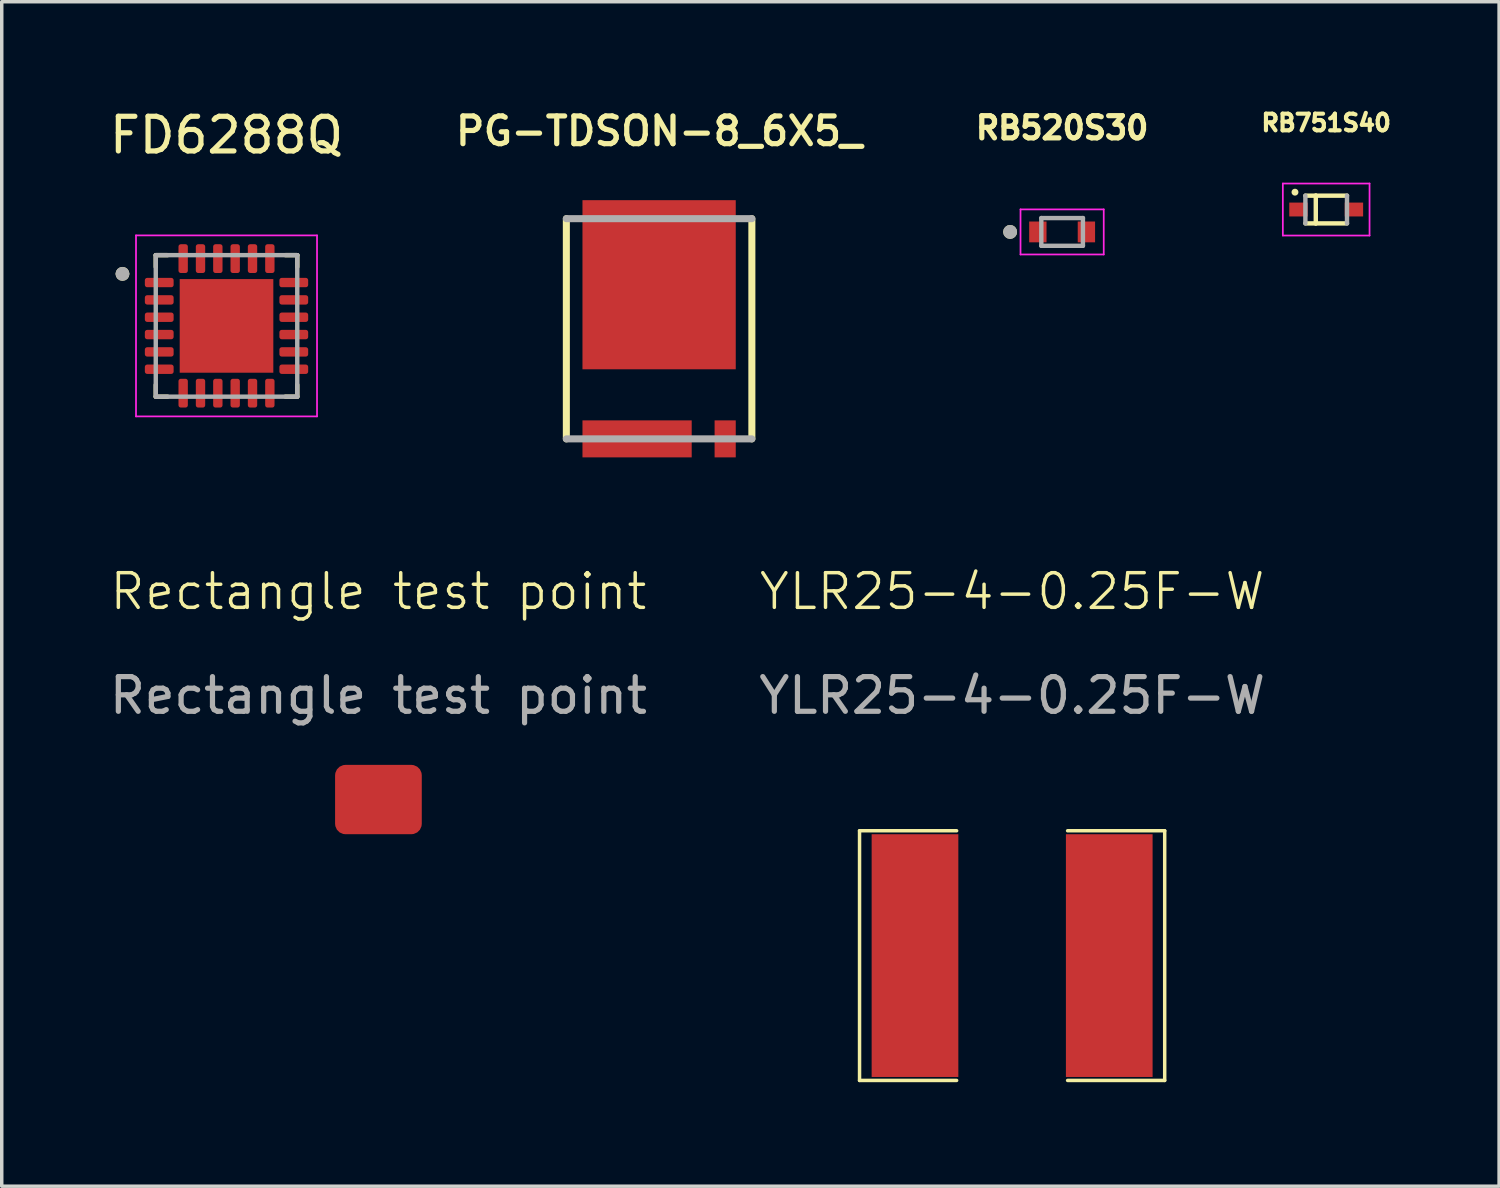
<source format=kicad_pcb>
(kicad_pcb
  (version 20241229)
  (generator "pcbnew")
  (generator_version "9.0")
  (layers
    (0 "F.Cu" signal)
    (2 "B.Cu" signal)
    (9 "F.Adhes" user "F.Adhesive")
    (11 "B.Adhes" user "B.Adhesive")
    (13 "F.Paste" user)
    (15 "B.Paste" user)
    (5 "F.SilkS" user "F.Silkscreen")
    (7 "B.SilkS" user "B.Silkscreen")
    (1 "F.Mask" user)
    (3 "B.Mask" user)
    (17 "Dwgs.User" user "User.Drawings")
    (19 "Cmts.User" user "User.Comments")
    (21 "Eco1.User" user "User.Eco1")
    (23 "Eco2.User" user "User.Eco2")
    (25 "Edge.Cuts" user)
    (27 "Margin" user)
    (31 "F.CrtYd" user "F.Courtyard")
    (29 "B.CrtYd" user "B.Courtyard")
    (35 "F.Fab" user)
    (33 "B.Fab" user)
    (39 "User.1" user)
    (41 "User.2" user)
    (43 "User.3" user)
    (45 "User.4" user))
  (footprint "Rectangle test point"
    (layer "F.Cu")
    (at 7.863 20.007)
    (property "Reference" "Rectangle test point" (at 0 -6 0) (unlocked yes) (layer "F.SilkS") (effects (font (size 1 1) (thickness 0.1))))
    (attr smd)
    (fp_text user "${REFERENCE}" (at 0 -3 0) (unlocked yes) (layer "F.Fab") (effects (font (size 1 1) (thickness 0.15))))
    (pad "1" smd roundrect (at 0 0) (size 2.5 2) (layers "F.Cu" "F.Mask") (roundrect_rratio 0.15)))
  (footprint "FD6288Q"
    (layer "F.Cu")
    (at 3.482 6.348)
    (property "Reference" "FD6288Q" (at 0 -5.5 0) (layer "F.SilkS") (effects (font (size 1 1) (thickness 0.15))))
    (attr smd)
    (fp_line (start -2.04 -2.04) (end -1.7 -2.04) (stroke (width 0.127) (type solid)) (layer "F.SilkS"))
    (fp_line (start -2.04 -1.7) (end -2.04 -2.04) (stroke (width 0.127) (type solid)) (layer "F.SilkS"))
    (fp_line (start -2.04 2.04) (end -2.04 1.7) (stroke (width 0.127) (type solid)) (layer "F.SilkS"))
    (fp_line (start -1.7 2.04) (end -2.04 2.04) (stroke (width 0.127) (type solid)) (layer "F.SilkS"))
    (fp_line (start 1.7 -2.04) (end 2.04 -2.04) (stroke (width 0.127) (type solid)) (layer "F.SilkS"))
    (fp_line (start 2.04 -2.04) (end 2.04 -1.7) (stroke (width 0.127) (type solid)) (layer "F.SilkS"))
    (fp_line (start 2.04 1.7) (end 2.04 2.04) (stroke (width 0.127) (type solid)) (layer "F.SilkS"))
    (fp_line (start 2.04 2.04) (end 1.7 2.04) (stroke (width 0.127) (type solid)) (layer "F.SilkS"))
    (fp_circle (center -3 -1.5) (end -2.9 -1.5) (stroke (width 0.2) (type solid)) (fill no) (layer "F.SilkS"))
    (fp_poly (pts (xy -1.09 -1.09) (xy -0.13 -1.09) (xy -0.13 -0.13) (xy -1.09 -0.13)) (stroke (width 0.01) (type solid)) (fill yes) (layer "F.Paste"))
    (fp_poly (pts (xy -1.09 0.13) (xy -0.13 0.13) (xy -0.13 1.09) (xy -1.09 1.09)) (stroke (width 0.01) (type solid)) (fill yes) (layer "F.Paste"))
    (fp_poly (pts (xy 0.13 -1.09) (xy 1.09 -1.09) (xy 1.09 -0.13) (xy 0.13 -0.13)) (stroke (width 0.01) (type solid)) (fill yes) (layer "F.Paste"))
    (fp_poly (pts (xy 0.13 0.13) (xy 1.09 0.13) (xy 1.09 1.09) (xy 0.13 1.09)) (stroke (width 0.01) (type solid)) (fill yes) (layer "F.Paste"))
    (fp_line (start -2.61 -2.61) (end 2.61 -2.61) (stroke (width 0.05) (type solid)) (layer "F.CrtYd"))
    (fp_line (start -2.61 2.61) (end -2.61 -2.61) (stroke (width 0.05) (type solid)) (layer "F.CrtYd"))
    (fp_line (start 2.61 -2.61) (end 2.61 2.61) (stroke (width 0.05) (type solid)) (layer "F.CrtYd"))
    (fp_line (start 2.61 2.61) (end -2.61 2.61) (stroke (width 0.05) (type solid)) (layer "F.CrtYd"))
    (fp_line (start -2.04 -2.04) (end 2.04 -2.04) (stroke (width 0.127) (type solid)) (layer "F.Fab"))
    (fp_line (start -2.04 2.04) (end -2.04 -2.04) (stroke (width 0.127) (type solid)) (layer "F.Fab"))
    (fp_line (start 2.04 -2.04) (end 2.04 2.04) (stroke (width 0.127) (type solid)) (layer "F.Fab"))
    (fp_line (start 2.04 2.04) (end -2.04 2.04) (stroke (width 0.127) (type solid)) (layer "F.Fab"))
    (fp_circle (center -3 -1.5) (end -2.9 -1.5) (stroke (width 0.2) (type solid)) (fill no) (layer "F.Fab"))
    (pad "1" smd roundrect (at -1.94 -1.25) (size 0.83 0.27) (layers "F.Cu" "F.Mask" "F.Paste") (roundrect_rratio 0.25))
    (pad "2" smd roundrect (at -1.94 -0.75) (size 0.83 0.27) (layers "F.Cu" "F.Mask" "F.Paste") (roundrect_rratio 0.25))
    (pad "3" smd roundrect (at -1.94 -0.25) (size 0.83 0.27) (layers "F.Cu" "F.Mask" "F.Paste") (roundrect_rratio 0.25))
    (pad "4" smd roundrect (at -1.94 0.25) (size 0.83 0.27) (layers "F.Cu" "F.Mask" "F.Paste") (roundrect_rratio 0.25))
    (pad "5" smd roundrect (at -1.94 0.75) (size 0.83 0.27) (layers "F.Cu" "F.Mask" "F.Paste") (roundrect_rratio 0.25))
    (pad "6" smd roundrect (at -1.94 1.25) (size 0.83 0.27) (layers "F.Cu" "F.Mask" "F.Paste") (roundrect_rratio 0.25))
    (pad "7" smd roundrect (at -1.25 1.94) (size 0.27 0.83) (layers "F.Cu" "F.Mask" "F.Paste") (roundrect_rratio 0.25))
    (pad "8" smd roundrect (at -0.75 1.94) (size 0.27 0.83) (layers "F.Cu" "F.Mask" "F.Paste") (roundrect_rratio 0.25))
    (pad "9" smd roundrect (at -0.25 1.94) (size 0.27 0.83) (layers "F.Cu" "F.Mask" "F.Paste") (roundrect_rratio 0.25))
    (pad "10" smd roundrect (at 0.25 1.94) (size 0.27 0.83) (layers "F.Cu" "F.Mask" "F.Paste") (roundrect_rratio 0.25))
    (pad "11" smd roundrect (at 0.75 1.94) (size 0.27 0.83) (layers "F.Cu" "F.Mask" "F.Paste") (roundrect_rratio 0.25))
    (pad "12" smd roundrect (at 1.25 1.94) (size 0.27 0.83) (layers "F.Cu" "F.Mask" "F.Paste") (roundrect_rratio 0.25))
    (pad "13" smd roundrect (at 1.94 1.25) (size 0.83 0.27) (layers "F.Cu" "F.Mask" "F.Paste") (roundrect_rratio 0.25))
    (pad "14" smd roundrect (at 1.94 0.75) (size 0.83 0.27) (layers "F.Cu" "F.Mask" "F.Paste") (roundrect_rratio 0.25))
    (pad "15" smd roundrect (at 1.94 0.25) (size 0.83 0.27) (layers "F.Cu" "F.Mask" "F.Paste") (roundrect_rratio 0.25))
    (pad "16" smd roundrect (at 1.94 -0.25) (size 0.83 0.27) (layers "F.Cu" "F.Mask" "F.Paste") (roundrect_rratio 0.25))
    (pad "17" smd roundrect (at 1.94 -0.75) (size 0.83 0.27) (layers "F.Cu" "F.Mask" "F.Paste") (roundrect_rratio 0.25))
    (pad "18" smd roundrect (at 1.94 -1.25) (size 0.83 0.27) (layers "F.Cu" "F.Mask" "F.Paste") (roundrect_rratio 0.25))
    (pad "19" smd roundrect (at 1.25 -1.94) (size 0.27 0.83) (layers "F.Cu" "F.Mask" "F.Paste") (roundrect_rratio 0.25))
    (pad "20" smd roundrect (at 0.75 -1.94) (size 0.27 0.83) (layers "F.Cu" "F.Mask" "F.Paste") (roundrect_rratio 0.25))
    (pad "21" smd roundrect (at 0.25 -1.94) (size 0.27 0.83) (layers "F.Cu" "F.Mask" "F.Paste") (roundrect_rratio 0.25))
    (pad "22" smd roundrect (at -0.25 -1.94) (size 0.27 0.83) (layers "F.Cu" "F.Mask" "F.Paste") (roundrect_rratio 0.25))
    (pad "23" smd roundrect (at -0.75 -1.94) (size 0.27 0.83) (layers "F.Cu" "F.Mask" "F.Paste") (roundrect_rratio 0.25))
    (pad "24" smd roundrect (at -1.25 -1.94) (size 0.27 0.83) (layers "F.Cu" "F.Mask" "F.Paste") (roundrect_rratio 0.25))
    (pad "25" smd rect (at 0 0) (size 2.7 2.7) (layers "F.Cu" "F.Mask")))
  (footprint "RB751S40"
    (layer "F.Cu")
    (at 35.194 2.992)
    (property "Reference" "RB751S40" (at 0 -2.5 0) (layer "F.SilkS") (effects (font (size 0.48 0.48) (thickness 0.12))))
    (attr smd)
    (fp_line (start -0.6 -0.4) (end -0.3 -0.4) (stroke (width 0.127) (type solid)) (layer "F.SilkS"))
    (fp_line (start -0.3 -0.4) (end -0.3 0.4) (stroke (width 0.127) (type solid)) (layer "F.SilkS"))
    (fp_line (start -0.3 -0.4) (end 0.6 -0.4) (stroke (width 0.127) (type solid)) (layer "F.SilkS"))
    (fp_line (start -0.3 0.4) (end -0.6 0.4) (stroke (width 0.127) (type solid)) (layer "F.SilkS"))
    (fp_line (start 0.6 0.4) (end -0.3 0.4) (stroke (width 0.127) (type solid)) (layer "F.SilkS"))
    (fp_circle (center -0.9 -0.5) (end -0.8 -0.5) (stroke (width 0) (type solid)) (fill yes) (layer "F.SilkS"))
    (fp_line (start -1.25 -0.75) (end 1.25 -0.75) (stroke (width 0.05) (type solid)) (layer "F.CrtYd"))
    (fp_line (start -1.25 0.75) (end -1.25 -0.75) (stroke (width 0.05) (type solid)) (layer "F.CrtYd"))
    (fp_line (start 1.25 -0.75) (end 1.25 0.75) (stroke (width 0.05) (type solid)) (layer "F.CrtYd"))
    (fp_line (start 1.25 0.75) (end -1.25 0.75) (stroke (width 0.05) (type solid)) (layer "F.CrtYd"))
    (fp_line (start -0.6 0.4) (end -0.6 -0.4) (stroke (width 0.127) (type solid)) (layer "F.Fab"))
    (fp_line (start 0.6 -0.4) (end 0.6 0.4) (stroke (width 0.127) (type solid)) (layer "F.Fab"))
    (pad "1" smd rect (at -0.8 0) (size 0.53 0.4) (layers "F.Cu" "F.Mask" "F.Paste"))
    (pad "2" smd rect (at 0.8 0) (size 0.53 0.4) (layers "F.Cu" "F.Mask" "F.Paste")))
  (footprint "PG-TDSON-8_6X5_"
    (layer "F.Cu")
    (at 15.957 6.431)
    (property "Reference" "PG-TDSON-8_6X5_" (at 0 -5.7 180) (layer "F.SilkS") (effects (font (size 0.8 0.8) (thickness 0.15))))
    (attr smd)
    (fp_poly (pts (xy -2.413 -2.54) (xy 2.413 -2.54) (xy 2.413 1.397) (xy -2.413 1.397)) (stroke (width 0.01) (type solid)) (fill yes) (layer "F.Mask"))
    (fp_poly (pts (xy -2.305 -3.81) (xy -1.505 -3.81) (xy -1.505 -2.54) (xy -2.305 -2.54)) (stroke (width 0.01) (type solid)) (fill yes) (layer "F.Mask"))
    (fp_poly (pts (xy -2.305 2.54) (xy -1.505 2.54) (xy -1.505 3.81) (xy -2.305 3.81)) (stroke (width 0.01) (type solid)) (fill yes) (layer "F.Mask"))
    (fp_poly (pts (xy -1.035 -3.81) (xy -0.235 -3.81) (xy -0.235 -2.54) (xy -1.035 -2.54)) (stroke (width 0.01) (type solid)) (fill yes) (layer "F.Mask"))
    (fp_poly (pts (xy -1.035 2.54) (xy -0.235 2.54) (xy -0.235 3.81) (xy -1.035 3.81)) (stroke (width 0.01) (type solid)) (fill yes) (layer "F.Mask"))
    (fp_poly (pts (xy 0.235 -3.81) (xy 1.035 -3.81) (xy 1.035 -2.54) (xy 0.235 -2.54)) (stroke (width 0.01) (type solid)) (fill yes) (layer "F.Mask"))
    (fp_poly (pts (xy 0.235 2.54) (xy 1.035 2.54) (xy 1.035 3.81) (xy 0.235 3.81)) (stroke (width 0.01) (type solid)) (fill yes) (layer "F.Mask"))
    (fp_poly (pts (xy 1.505 -3.81) (xy 2.305 -3.81) (xy 2.305 -2.54) (xy 1.505 -2.54)) (stroke (width 0.01) (type solid)) (fill yes) (layer "F.Mask"))
    (fp_poly (pts (xy 1.505 2.54) (xy 2.305 2.54) (xy 2.305 3.81) (xy 1.505 3.81)) (stroke (width 0.01) (type solid)) (fill yes) (layer "F.Mask"))
    (fp_line (start -2.675 3.175) (end -2.675 -3.175) (stroke (width 0.203) (type solid)) (layer "F.SilkS"))
    (fp_line (start 2.675 -3.175) (end 2.675 3.175) (stroke (width 0.203) (type solid)) (layer "F.SilkS"))
    (fp_poly (pts (xy -2.286 -2.413) (xy 2.286 -2.413) (xy 2.286 1.27) (xy -2.286 1.27)) (stroke (width 0.01) (type solid)) (fill yes) (layer "F.Paste"))
    (fp_poly (pts (xy -2.159 -3.683) (xy -1.651 -3.683) (xy -1.651 -2.413) (xy -2.159 -2.413)) (stroke (width 0.01) (type solid)) (fill yes) (layer "F.Paste"))
    (fp_poly (pts (xy -2.159 2.667) (xy -1.651 2.667) (xy -1.651 3.683) (xy -2.159 3.683)) (stroke (width 0.01) (type solid)) (fill yes) (layer "F.Paste"))
    (fp_poly (pts (xy -0.889 -3.683) (xy -0.381 -3.683) (xy -0.381 -2.413) (xy -0.889 -2.413)) (stroke (width 0.01) (type solid)) (fill yes) (layer "F.Paste"))
    (fp_poly (pts (xy -0.889 2.667) (xy -0.381 2.667) (xy -0.381 3.683) (xy -0.889 3.683)) (stroke (width 0.01) (type solid)) (fill yes) (layer "F.Paste"))
    (fp_poly (pts (xy 0.381 -3.683) (xy 0.889 -3.683) (xy 0.889 -2.413) (xy 0.381 -2.413)) (stroke (width 0.01) (type solid)) (fill yes) (layer "F.Paste"))
    (fp_poly (pts (xy 0.381 2.667) (xy 0.889 2.667) (xy 0.889 3.683) (xy 0.381 3.683)) (stroke (width 0.01) (type solid)) (fill yes) (layer "F.Paste"))
    (fp_poly (pts (xy 1.651 -3.683) (xy 2.159 -3.683) (xy 2.159 -2.413) (xy 1.651 -2.413)) (stroke (width 0.01) (type solid)) (fill yes) (layer "F.Paste"))
    (fp_poly (pts (xy 1.651 2.667) (xy 2.159 2.667) (xy 2.159 3.683) (xy 1.651 3.683)) (stroke (width 0.01) (type solid)) (fill yes) (layer "F.Paste"))
    (fp_line (start -2.675 -3.175) (end 2.675 -3.175) (stroke (width 0.203) (type solid)) (layer "F.Fab"))
    (fp_line (start 2.675 3.175) (end -2.675 3.175) (stroke (width 0.203) (type solid)) (layer "F.Fab"))
    (pad "1-3" smd rect (at -0.635 3.175) (size 3.15 1.067) (layers "F.Cu"))
    (pad "4" smd rect (at 1.905 3.175) (size 0.61 1.067) (layers "F.Cu"))
    (pad "5-8" smd rect (at 0 -1.27) (size 4.42 4.877) (layers "F.Cu")))
  (footprint "RB520S30"
    (layer "F.Cu")
    (at 27.579 3.638)
    (property "Reference" "RB520S30" (at 0 -3 0) (layer "F.SilkS") (effects (font (size 0.64 0.64) (thickness 0.15))))
    (attr smd)
    (fp_poly (pts (xy -0.95 -0.3) (xy -0.45 -0.3) (xy -0.45 0.3) (xy -0.95 0.3)) (stroke (width 0.01) (type solid)) (fill yes) (layer "F.Mask"))
    (fp_poly (pts (xy 0.45 -0.3) (xy 0.95 -0.3) (xy 0.95 0.3) (xy 0.45 0.3)) (stroke (width 0.01) (type solid)) (fill yes) (layer "F.Mask"))
    (fp_circle (center -1.5 0) (end -1.4 0) (stroke (width 0.2) (type solid)) (fill no) (layer "F.SilkS"))
    (fp_poly (pts (xy -0.9 -0.25) (xy -0.5 -0.25) (xy -0.5 0.25) (xy -0.9 0.25)) (stroke (width 0.01) (type solid)) (fill yes) (layer "F.Paste"))
    (fp_poly (pts (xy 0.5 -0.25) (xy 0.9 -0.25) (xy 0.9 0.25) (xy 0.5 0.25)) (stroke (width 0.01) (type solid)) (fill yes) (layer "F.Paste"))
    (fp_line (start -1.2 -0.65) (end 1.2 -0.65) (stroke (width 0.05) (type solid)) (layer "F.CrtYd"))
    (fp_line (start -1.2 0.65) (end -1.2 -0.65) (stroke (width 0.05) (type solid)) (layer "F.CrtYd"))
    (fp_line (start 1.2 -0.65) (end 1.2 0.65) (stroke (width 0.05) (type solid)) (layer "F.CrtYd"))
    (fp_line (start 1.2 0.65) (end -1.2 0.65) (stroke (width 0.05) (type solid)) (layer "F.CrtYd"))
    (fp_line (start -0.6 -0.4) (end 0.6 -0.4) (stroke (width 0.127) (type solid)) (layer "F.Fab"))
    (fp_line (start -0.6 0.4) (end -0.6 -0.4) (stroke (width 0.127) (type solid)) (layer "F.Fab"))
    (fp_line (start 0.6 -0.4) (end 0.6 0.4) (stroke (width 0.127) (type solid)) (layer "F.Fab"))
    (fp_line (start 0.6 0.4) (end -0.6 0.4) (stroke (width 0.127) (type solid)) (layer "F.Fab"))
    (fp_circle (center -1.5 0) (end -1.4 0) (stroke (width 0.2) (type solid)) (fill no) (layer "F.Fab"))
    (pad "1" smd rect (at -0.7 0) (size 0.5 0.6) (layers "F.Cu"))
    (pad "2" smd rect (at 0.7 0) (size 0.5 0.6) (layers "F.Cu")))
  (footprint "YLR25-4-0.25F-W"
    (layer "F.Cu")
    (at 26.137 24.507)
    (property "Reference" "YLR25-4-0.25F-W" (at 0 -10.5 0) (unlocked yes) (layer "F.SilkS") (effects (font (size 1 1) (thickness 0.1))))
    (attr smd)
    (fp_line (start -4.4 -3.6) (end -4.4 3.6) (stroke (width 0.1) (type default)) (layer "F.SilkS"))
    (fp_line (start -4.4 3.6) (end -1.6 3.6) (stroke (width 0.1) (type default)) (layer "F.SilkS"))
    (fp_line (start -1.6 -3.6) (end -4.4 -3.6) (stroke (width 0.1) (type default)) (layer "F.SilkS"))
    (fp_line (start 1.6 -3.6) (end 4.4 -3.6) (stroke (width 0.1) (type default)) (layer "F.SilkS"))
    (fp_line (start 4.4 -3.6) (end 4.4 3.6) (stroke (width 0.1) (type default)) (layer "F.SilkS"))
    (fp_line (start 4.4 3.6) (end 1.6 3.6) (stroke (width 0.1) (type default)) (layer "F.SilkS"))
    (fp_text user "${REFERENCE}" (at 0 -7.5 0) (unlocked yes) (layer "F.Fab") (effects (font (size 1 1) (thickness 0.15))))
    (pad "1" smd rect (at -2.801 0) (size 2.5 7) (layers "F.Cu" "F.Mask" "F.Paste"))
    (pad "2" smd rect (at 2.801 0) (size 2.5 7) (layers "F.Cu" "F.Mask" "F.Paste")))
  (gr_rect
    (start -3 -3)
    (end 40.18 31.157)
    (stroke (width 0.1) (type default))
    (fill no)
    (layer "Edge.Cuts")))
</source>
